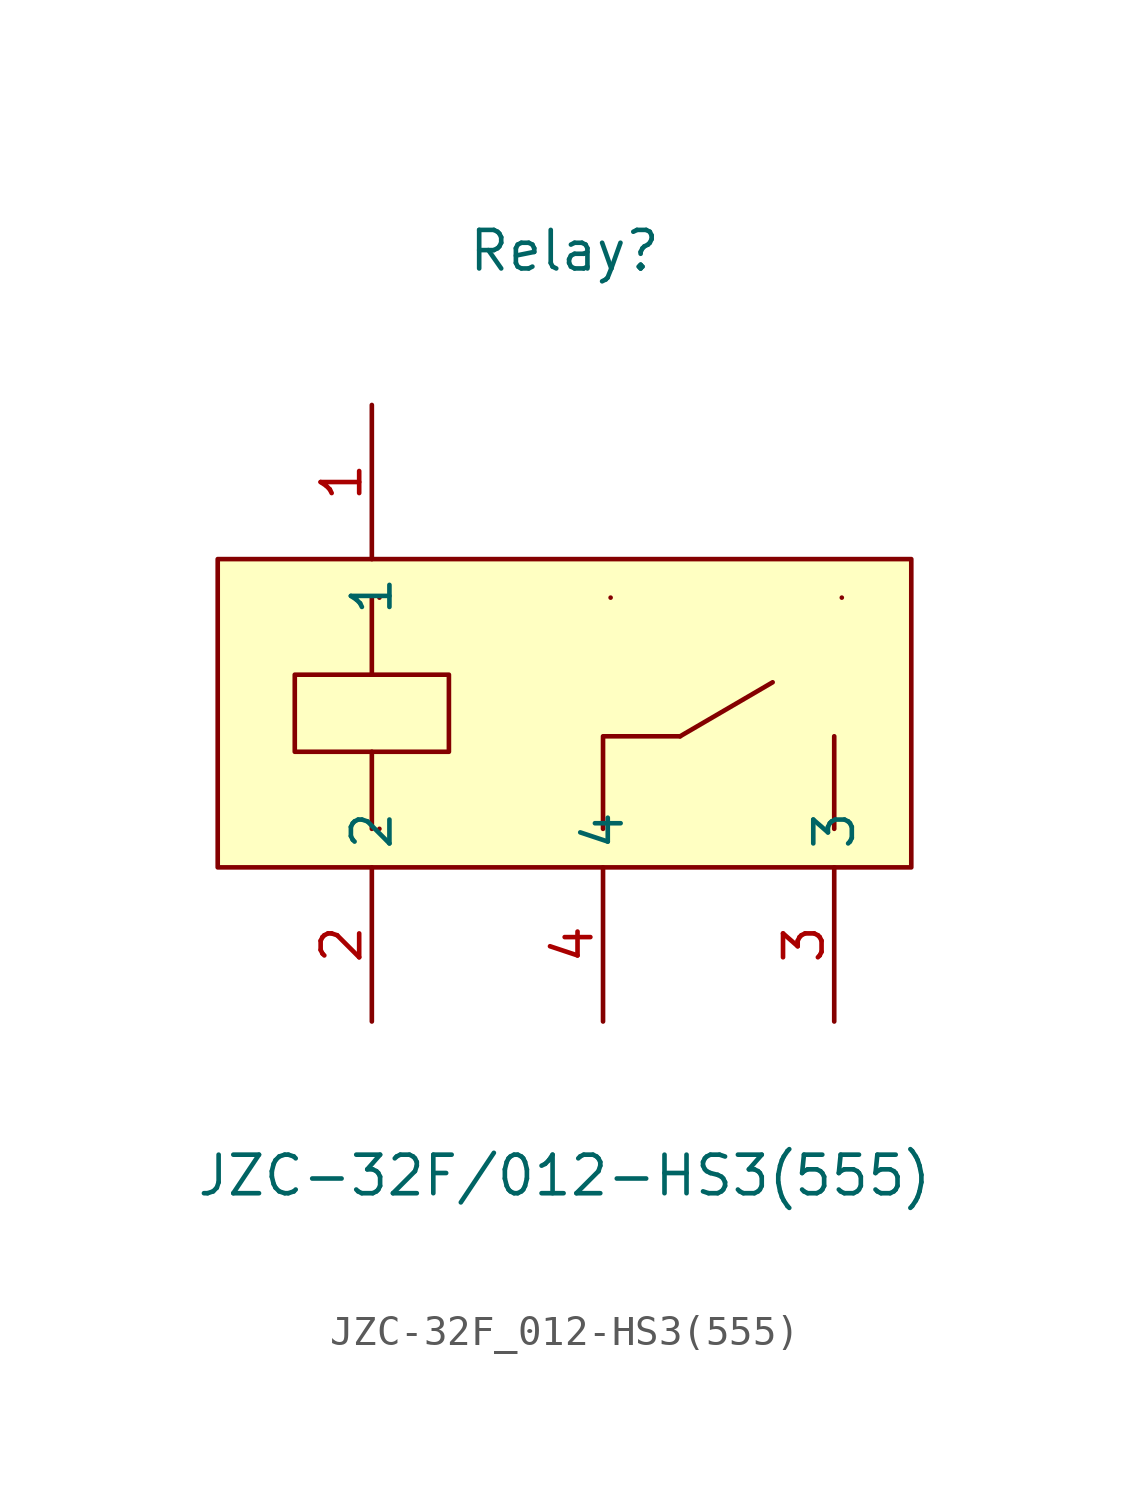
<source format=kicad_sym>
(kicad_symbol_lib
  (version 20211014)
  (generator https://github.com/uPesy/easyeda2kicad.py)
  (symbol "JZC-32F_012-HS3(555)"
    (property "Reference" "Relay"
      (at 0 15.24 0)
      (effects (font (size 1.27 1.27))))
    (property "Value" "JZC-32F/012-HS3(555)"
      (at 0 -15.24 0)
      (effects (font (size 1.27 1.27))))
    (symbol "JZC-32F_012-HS3(555)_0_1"
      (rectangle (start -11.43 5.08) (end 11.43 -5.08) (stroke (width 0) (type default) (color 0 0 0 0)) (fill (type background)))
      (arc (start -6.10 3.81) (mid -6.10 3.82) (end -6.10 3.81) (stroke (width 0) (type default) (color 0 0 0 0)) (fill (type none)))
      (arc (start -6.10 -3.81) (mid -6.10 -3.80) (end -6.10 -3.81) (stroke (width 0) (type default) (color 0 0 0 0)) (fill (type none)))
      (arc (start 1.52 3.81) (mid 1.52 3.82) (end 1.52 3.81) (stroke (width 0) (type default) (color 0 0 0 0)) (fill (type none)))
      (arc (start 9.14 3.81) (mid 9.14 3.82) (end 9.14 3.81) (stroke (width 0) (type default) (color 0 0 0 0)) (fill (type none)))
      (polyline (pts (xy -6.35 3.81) (xy -6.35 1.27)) (stroke (width 0) (type default) (color 0 0 0 0)) (fill (type none)))
      (polyline (pts (xy -6.35 -1.27) (xy -6.35 -3.81)) (stroke (width 0) (type default) (color 0 0 0 0)) (fill (type none)))
      (polyline (pts (xy -8.89 -1.27) (xy -8.89 1.27) (xy -3.81 1.27) (xy -3.81 -1.27) (xy -8.89 -1.27)) (stroke (width 0) (type default) (color 0 0 0 0)) (fill (type background)))
      (polyline (pts (xy 1.27 -3.81) (xy 1.27 -0.76) (xy 3.81 -0.76)) (stroke (width 0) (type default) (color 0 0 0 0)) (fill (type none)))
      (polyline (pts (xy 8.89 -3.81) (xy 8.89 -0.76)) (stroke (width 0) (type default) (color 0 0 0 0)) (fill (type none)))
      (polyline (pts (xy 3.81 -0.76) (xy 6.86 1.02)) (stroke (width 0) (type default) (color 0 0 0 0)) (fill (type none)))
      (pin input line (at -6.35 10.16 270) (length 5.08) (name "1" (effects (font (size 1.27 1.27)))) (number "1" (effects (font (size 1.27 1.27)))))
      (pin input line (at -6.35 -10.16 90) (length 5.08) (name "2" (effects (font (size 1.27 1.27)))) (number "2" (effects (font (size 1.27 1.27)))))
      (pin input line (at 8.89 -10.16 90) (length 5.08) (name "3" (effects (font (size 1.27 1.27)))) (number "3" (effects (font (size 1.27 1.27)))))
      (pin input line (at 1.27 -10.16 90) (length 5.08) (name "4" (effects (font (size 1.27 1.27)))) (number "4" (effects (font (size 1.27 1.27))))))))
</source>
